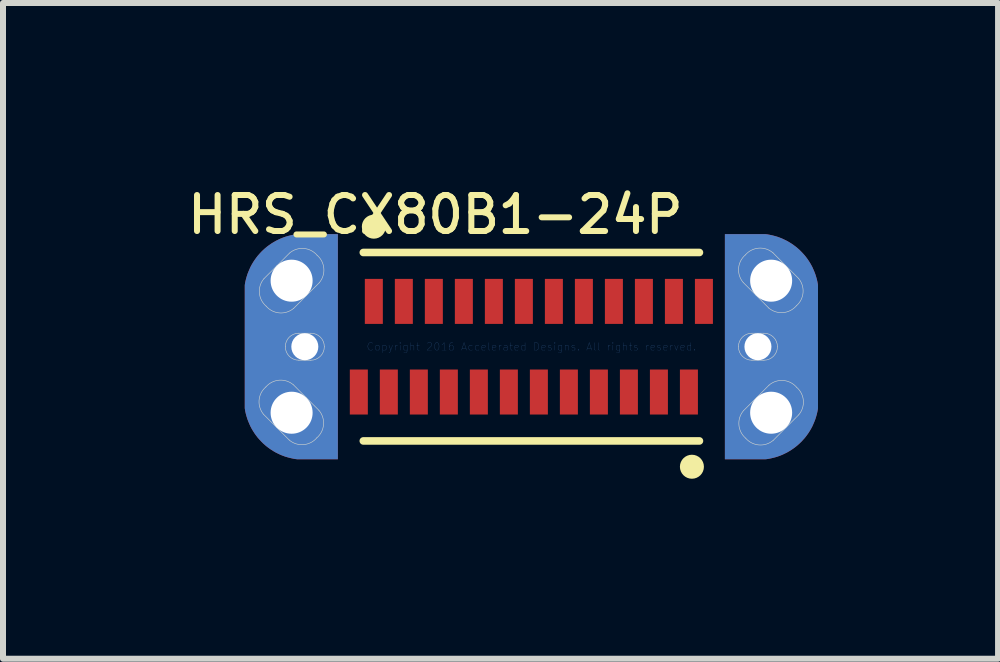
<source format=kicad_pcb>
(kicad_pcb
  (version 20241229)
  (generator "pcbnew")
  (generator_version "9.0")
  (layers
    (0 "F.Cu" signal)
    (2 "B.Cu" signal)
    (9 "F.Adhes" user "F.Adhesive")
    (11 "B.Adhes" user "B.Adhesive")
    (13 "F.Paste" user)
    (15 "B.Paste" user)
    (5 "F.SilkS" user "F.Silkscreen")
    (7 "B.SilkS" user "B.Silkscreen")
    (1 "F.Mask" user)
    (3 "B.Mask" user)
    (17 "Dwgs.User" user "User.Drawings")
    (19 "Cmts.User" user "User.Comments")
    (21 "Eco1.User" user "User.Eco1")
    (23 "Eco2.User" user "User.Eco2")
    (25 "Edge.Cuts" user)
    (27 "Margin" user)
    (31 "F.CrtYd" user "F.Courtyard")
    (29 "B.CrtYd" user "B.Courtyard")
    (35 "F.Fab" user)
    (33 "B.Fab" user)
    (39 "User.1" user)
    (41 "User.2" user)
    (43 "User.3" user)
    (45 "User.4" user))
  (footprint "HRS_CX80B1-24P"
    (layer "F.Cu")
    (at 5.804 2.727)
    (property "Reference" "HRS_CX80B1-24P" (at -1.6 -2.2 0) (layer "F.SilkS") (effects (font (size 0.6 0.6) (thickness 0.1))))
    (attr smd)
    (fp_line (start -2.8 -1.57) (end 2.8 -1.57) (stroke (width 0.127) (type solid)) (layer "F.SilkS"))
    (fp_line (start -2.8 1.57) (end 2.8 1.57) (stroke (width 0.127) (type solid)) (layer "F.SilkS"))
    (fp_circle (center -2.625 -2) (end -2.525 -2) (stroke (width 0.2) (type solid)) (fill no) (layer "F.SilkS"))
    (fp_circle (center 2.675 2) (end 2.775 2) (stroke (width 0.2) (type solid)) (fill no) (layer "F.SilkS"))
    (fp_circle (center -2.625 -2) (end -2.525 -2) (stroke (width 0.2) (type solid)) (fill no) (layer "Eco2.User"))
    (fp_circle (center 2.675 2) (end 2.775 2) (stroke (width 0.2) (type solid)) (fill no) (layer "Eco2.User"))
    (fp_line (start -4.455 -1.135) (end -4.242 -1.347) (stroke (width 0.01) (type solid)) (layer "Edge.Cuts"))
    (fp_line (start -4.247 1.342) (end -4.46 1.13) (stroke (width 0.01) (type solid)) (layer "Edge.Cuts"))
    (fp_line (start -4.242 -1.347) (end -4.03 -1.56) (stroke (width 0.01) (type solid)) (layer "Edge.Cuts"))
    (fp_line (start -4.035 1.555) (end -4.247 1.342) (stroke (width 0.01) (type solid)) (layer "Edge.Cuts"))
    (fp_line (start -3.965 0.635) (end -3.753 0.848) (stroke (width 0.01) (type solid)) (layer "Edge.Cuts"))
    (fp_line (start -3.875 -0.225) (end -3.675 -0.225) (stroke (width 0.01) (type solid)) (layer "Edge.Cuts"))
    (fp_line (start -3.753 0.848) (end -3.54 1.06) (stroke (width 0.01) (type solid)) (layer "Edge.Cuts"))
    (fp_line (start -3.748 -0.853) (end -3.96 -0.64) (stroke (width 0.01) (type solid)) (layer "Edge.Cuts"))
    (fp_line (start -3.675 0.225) (end -3.875 0.225) (stroke (width 0.01) (type solid)) (layer "Edge.Cuts"))
    (fp_line (start -3.535 -1.065) (end -3.748 -0.853) (stroke (width 0.01) (type solid)) (layer "Edge.Cuts"))
    (fp_line (start 3.535 1.065) (end 3.748 0.853) (stroke (width 0.01) (type solid)) (layer "Edge.Cuts"))
    (fp_line (start 3.675 -0.225) (end 3.875 -0.225) (stroke (width 0.01) (type solid)) (layer "Edge.Cuts"))
    (fp_line (start 3.743 -0.858) (end 3.53 -1.07) (stroke (width 0.01) (type solid)) (layer "Edge.Cuts"))
    (fp_line (start 3.748 0.853) (end 3.96 0.64) (stroke (width 0.01) (type solid)) (layer "Edge.Cuts"))
    (fp_line (start 3.875 0.225) (end 3.675 0.225) (stroke (width 0.01) (type solid)) (layer "Edge.Cuts"))
    (fp_line (start 3.955 -0.645) (end 3.743 -0.858) (stroke (width 0.01) (type solid)) (layer "Edge.Cuts"))
    (fp_line (start 4.025 -1.565) (end 4.237 -1.352) (stroke (width 0.01) (type solid)) (layer "Edge.Cuts"))
    (fp_line (start 4.237 -1.352) (end 4.45 -1.14) (stroke (width 0.01) (type solid)) (layer "Edge.Cuts"))
    (fp_line (start 4.242 1.347) (end 4.03 1.56) (stroke (width 0.01) (type solid)) (layer "Edge.Cuts"))
    (fp_line (start 4.455 1.135) (end 4.242 1.347) (stroke (width 0.01) (type solid)) (layer "Edge.Cuts"))
    (fp_arc (start -4.459791 1.13015) (mid -4.53712 0.893086) (end -4.42426 0.67073) (stroke (width 0.01) (type solid)) (layer "Edge.Cuts"))
    (fp_arc (start -4.42426 0.67073) (mid -4.201776 0.557867) (end -3.96465 0.63538) (stroke (width 0.01) (type solid)) (layer "Edge.Cuts"))
    (fp_arc (start -4.419257 -0.675733) (mid -4.532128 -0.898218) (end -4.45462 -1.13535) (stroke (width 0.01) (type solid)) (layer "Edge.Cuts"))
    (fp_arc (start -4.1 0) (mid -4.034099 -0.159099) (end -3.875 -0.225) (stroke (width 0.01) (type solid)) (layer "Edge.Cuts"))
    (fp_arc (start -4.03015 -1.559791) (mid -3.793086 -1.63712) (end -3.57073 -1.52426) (stroke (width 0.01) (type solid)) (layer "Edge.Cuts"))
    (fp_arc (start -3.959653 -0.640384) (mid -4.196776 -0.562873) (end -4.419257 -0.675733) (stroke (width 0.01) (type solid)) (layer "Edge.Cuts"))
    (fp_arc (start -3.875 0.225) (mid -4.034099 0.159099) (end -4.1 0) (stroke (width 0.01) (type solid)) (layer "Edge.Cuts"))
    (fp_arc (start -3.675 -0.225) (mid -3.515901 -0.159099) (end -3.45 0) (stroke (width 0.01) (type solid)) (layer "Edge.Cuts"))
    (fp_arc (start -3.575733 1.519257) (mid -3.798218 1.632128) (end -4.03535 1.55462) (stroke (width 0.01) (type solid)) (layer "Edge.Cuts"))
    (fp_arc (start -3.57073 -1.52426) (mid -3.457867 -1.301776) (end -3.53538 -1.06465) (stroke (width 0.01) (type solid)) (layer "Edge.Cuts"))
    (fp_arc (start -3.540384 1.059653) (mid -3.462873 1.296776) (end -3.575733 1.519257) (stroke (width 0.01) (type solid)) (layer "Edge.Cuts"))
    (fp_arc (start -3.45 0) (mid -3.515901 0.159099) (end -3.675 0.225) (stroke (width 0.01) (type solid)) (layer "Edge.Cuts"))
    (fp_arc (start 3.45 0) (mid 3.515901 -0.159099) (end 3.675 -0.225) (stroke (width 0.01) (type solid)) (layer "Edge.Cuts"))
    (fp_arc (start 3.530209 -1.06985) (mid 3.45288 -1.306914) (end 3.56574 -1.52927) (stroke (width 0.01) (type solid)) (layer "Edge.Cuts"))
    (fp_arc (start 3.56574 -1.52927) (mid 3.788224 -1.642133) (end 4.02535 -1.56462) (stroke (width 0.01) (type solid)) (layer "Edge.Cuts"))
    (fp_arc (start 3.57073 1.52426) (mid 3.457867 1.301776) (end 3.53538 1.06465) (stroke (width 0.01) (type solid)) (layer "Edge.Cuts"))
    (fp_arc (start 3.675 0.225) (mid 3.515901 0.159099) (end 3.45 0) (stroke (width 0.01) (type solid)) (layer "Edge.Cuts"))
    (fp_arc (start 3.875 -0.225) (mid 4.034099 -0.159099) (end 4.1 0) (stroke (width 0.01) (type solid)) (layer "Edge.Cuts"))
    (fp_arc (start 3.959653 0.640384) (mid 4.196776 0.562873) (end 4.419257 0.675733) (stroke (width 0.01) (type solid)) (layer "Edge.Cuts"))
    (fp_arc (start 4.03015 1.559791) (mid 3.793086 1.63712) (end 3.57073 1.52426) (stroke (width 0.01) (type solid)) (layer "Edge.Cuts"))
    (fp_arc (start 4.1 0) (mid 4.034099 0.159099) (end 3.875 0.225) (stroke (width 0.01) (type solid)) (layer "Edge.Cuts"))
    (fp_arc (start 4.414267 -0.680743) (mid 4.191782 -0.567872) (end 3.95465 -0.64538) (stroke (width 0.01) (type solid)) (layer "Edge.Cuts"))
    (fp_arc (start 4.419257 0.675733) (mid 4.532128 0.898218) (end 4.45462 1.13535) (stroke (width 0.01) (type solid)) (layer "Edge.Cuts"))
    (fp_arc (start 4.449616 -1.140347) (mid 4.527127 -0.903224) (end 4.414267 -0.680743) (stroke (width 0.01) (type solid)) (layer "Edge.Cuts"))
    (fp_text user "Copyright 2016 Accelerated Designs. All rights reserved." (at 0 0 0) (layer "Cmts.User") (effects (font (size 0.127 0.127) (thickness 0.002))))
    (pad "A1" smd rect (at -2.625 -0.755) (size 0.3 0.75) (layers "F.Cu" "F.Mask" "F.Paste"))
    (pad "A2" smd rect (at -2.125 -0.755) (size 0.3 0.75) (layers "F.Cu" "F.Mask" "F.Paste"))
    (pad "A3" smd rect (at -1.625 -0.755) (size 0.3 0.75) (layers "F.Cu" "F.Mask" "F.Paste"))
    (pad "A4" smd rect (at -1.125 -0.755) (size 0.3 0.75) (layers "F.Cu" "F.Mask" "F.Paste"))
    (pad "A5" smd rect (at -0.625 -0.755) (size 0.3 0.75) (layers "F.Cu" "F.Mask" "F.Paste"))
    (pad "A6" smd rect (at -0.125 -0.755) (size 0.3 0.75) (layers "F.Cu" "F.Mask" "F.Paste"))
    (pad "A7" smd rect (at 0.375 -0.755) (size 0.3 0.75) (layers "F.Cu" "F.Mask" "F.Paste"))
    (pad "A8" smd rect (at 0.875 -0.755) (size 0.3 0.75) (layers "F.Cu" "F.Mask" "F.Paste"))
    (pad "A9" smd rect (at 1.375 -0.755) (size 0.3 0.75) (layers "F.Cu" "F.Mask" "F.Paste"))
    (pad "A10" smd rect (at 1.875 -0.755) (size 0.3 0.75) (layers "F.Cu" "F.Mask" "F.Paste"))
    (pad "A11" smd rect (at 2.375 -0.755) (size 0.3 0.75) (layers "F.Cu" "F.Mask" "F.Paste"))
    (pad "A12" smd rect (at 2.875 -0.755) (size 0.3 0.75) (layers "F.Cu" "F.Mask" "F.Paste"))
    (pad "B1" smd rect (at 2.625 0.755) (size 0.3 0.75) (layers "F.Cu" "F.Mask" "F.Paste"))
    (pad "B2" smd rect (at 2.125 0.755) (size 0.3 0.75) (layers "F.Cu" "F.Mask" "F.Paste"))
    (pad "B3" smd rect (at 1.625 0.755) (size 0.3 0.75) (layers "F.Cu" "F.Mask" "F.Paste"))
    (pad "B4" smd rect (at 1.125 0.755) (size 0.3 0.75) (layers "F.Cu" "F.Mask" "F.Paste"))
    (pad "B5" smd rect (at 0.625 0.755) (size 0.3 0.75) (layers "F.Cu" "F.Mask" "F.Paste"))
    (pad "B6" smd rect (at 0.125 0.755) (size 0.3 0.75) (layers "F.Cu" "F.Mask" "F.Paste"))
    (pad "B7" smd rect (at -0.375 0.755) (size 0.3 0.75) (layers "F.Cu" "F.Mask" "F.Paste"))
    (pad "B8" smd rect (at -0.875 0.755) (size 0.3 0.75) (layers "F.Cu" "F.Mask" "F.Paste"))
    (pad "B9" smd rect (at -1.375 0.755) (size 0.3 0.75) (layers "F.Cu" "F.Mask" "F.Paste"))
    (pad "B10" smd rect (at -1.875 0.755) (size 0.3 0.75) (layers "F.Cu" "F.Mask" "F.Paste"))
    (pad "B11" smd rect (at -2.375 0.755) (size 0.3 0.75) (layers "F.Cu" "F.Mask" "F.Paste"))
    (pad "B12" smd rect (at -2.875 0.755) (size 0.3 0.75) (layers "F.Cu" "F.Mask" "F.Paste"))
    (pad "S1" thru_hole oval (at -3.995 1.1 135) (size 1.4 0.7) (drill 0.7) (layers "*.Cu" "*.Mask"))
    (pad "S2" thru_hole oval (at 3.995 -1.1 135) (size 1.4 0.7) (drill 0.7) (layers "*.Cu" "*.Mask"))
    (pad "S3" thru_hole oval (at -3.995 -1.1 45) (size 1.4 0.7) (drill 0.7) (layers "*.Cu" "*.Mask"))
    (pad "S4" thru_hole oval (at 3.995 1.1 225) (size 1.4 0.7) (drill 0.7) (layers "*.Cu" "*.Mask"))
    (pad "S5" thru_hole custom (at -3.775 0) (size 1 1) (drill 0.45) (layers "*.Cu" "*.Mask") (options (anchor circle)) (primitives (gr_poly (pts (xy 0.55 -1.875) (xy 0.55 1.875) (xy -0.125 1.875) (xy -0.152 1.872) (xy -0.196 1.864) (xy -0.238 1.855) (xy -0.281 1.844) (xy -0.322 1.832) (xy -0.364 1.817) (xy -0.404 1.801) (xy -0.444 1.782) (xy -0.483 1.763) (xy -0.521 1.741) (xy -0.558 1.718) (xy -0.594 1.693) (xy -0.629 1.667) (xy -0.663 1.639) (xy -0.695 1.61) (xy -0.726 1.579) (xy -0.756 1.547) (xy -0.785 1.514) (xy -0.812 1.479) (xy -0.837 1.444) (xy -0.861 1.407) (xy -0.883 1.37) (xy -0.904 1.331) (xy -0.922 1.291) (xy -0.939 1.251) (xy -0.955 1.21) (xy -0.968 1.169) (xy -0.98 1.127) (xy -0.99 1.084) (xy -0.998 1.041) (xy -1 1.025) (xy -1 -1.025) (xy -0.998 -1.041) (xy -0.99 -1.084) (xy -0.98 -1.127) (xy -0.968 -1.169) (xy -0.955 -1.21) (xy -0.939 -1.251) (xy -0.922 -1.291) (xy -0.904 -1.331) (xy -0.883 -1.37) (xy -0.861 -1.407) (xy -0.837 -1.444) (xy -0.812 -1.479) (xy -0.785 -1.514) (xy -0.756 -1.547) (xy -0.727 -1.579) (xy -0.695 -1.61) (xy -0.663 -1.639) (xy -0.629 -1.667) (xy -0.594 -1.693) (xy -0.558 -1.718) (xy -0.521 -1.741) (xy -0.483 -1.763) (xy -0.444 -1.782) (xy -0.404 -1.801) (xy -0.364 -1.817) (xy -0.322 -1.832) (xy -0.281 -1.844) (xy -0.238 -1.855) (xy -0.196 -1.864) (xy -0.152 -1.872) (xy -0.125 -1.875)) (width 0.001) (fill yes)) (gr_poly (pts (xy 0.55 -1.875) (xy 0.55 1.875) (xy -0.125 1.875) (xy -0.152 1.872) (xy -0.196 1.864) (xy -0.238 1.855) (xy -0.281 1.844) (xy -0.322 1.832) (xy -0.364 1.817) (xy -0.404 1.801) (xy -0.444 1.782) (xy -0.483 1.763) (xy -0.521 1.741) (xy -0.558 1.718) (xy -0.594 1.693) (xy -0.629 1.667) (xy -0.663 1.639) (xy -0.695 1.61) (xy -0.726 1.579) (xy -0.756 1.547) (xy -0.785 1.514) (xy -0.812 1.479) (xy -0.837 1.444) (xy -0.861 1.407) (xy -0.883 1.37) (xy -0.904 1.331) (xy -0.922 1.291) (xy -0.939 1.251) (xy -0.955 1.21) (xy -0.968 1.169) (xy -0.98 1.127) (xy -0.99 1.084) (xy -0.998 1.041) (xy -1 1.025) (xy -1 -1.025) (xy -0.998 -1.041) (xy -0.99 -1.084) (xy -0.98 -1.127) (xy -0.968 -1.169) (xy -0.955 -1.21) (xy -0.939 -1.251) (xy -0.922 -1.291) (xy -0.904 -1.331) (xy -0.883 -1.37) (xy -0.861 -1.407) (xy -0.837 -1.444) (xy -0.812 -1.479) (xy -0.785 -1.514) (xy -0.756 -1.547) (xy -0.727 -1.579) (xy -0.695 -1.61) (xy -0.663 -1.639) (xy -0.629 -1.667) (xy -0.594 -1.693) (xy -0.558 -1.718) (xy -0.521 -1.741) (xy -0.483 -1.763) (xy -0.444 -1.782) (xy -0.404 -1.801) (xy -0.364 -1.817) (xy -0.322 -1.832) (xy -0.281 -1.844) (xy -0.238 -1.855) (xy -0.196 -1.864) (xy -0.152 -1.872) (xy -0.125 -1.875)) (width 0.001) (fill yes))))
    (pad "S6" thru_hole custom (at 3.775 0) (size 1 1) (drill 0.45) (layers "*.Cu" "*.Mask") (options (anchor circle)) (primitives (gr_poly (pts (xy -0.55 1.875) (xy -0.55 -1.875) (xy 0.125 -1.875) (xy 0.152 -1.872) (xy 0.196 -1.864) (xy 0.238 -1.855) (xy 0.281 -1.844) (xy 0.322 -1.832) (xy 0.364 -1.817) (xy 0.404 -1.801) (xy 0.444 -1.782) (xy 0.483 -1.763) (xy 0.521 -1.741) (xy 0.558 -1.718) (xy 0.594 -1.693) (xy 0.629 -1.667) (xy 0.663 -1.639) (xy 0.695 -1.61) (xy 0.726 -1.579) (xy 0.756 -1.547) (xy 0.785 -1.514) (xy 0.812 -1.479) (xy 0.837 -1.444) (xy 0.861 -1.407) (xy 0.883 -1.37) (xy 0.904 -1.331) (xy 0.922 -1.291) (xy 0.939 -1.251) (xy 0.955 -1.21) (xy 0.968 -1.169) (xy 0.98 -1.127) (xy 0.99 -1.084) (xy 0.998 -1.041) (xy 1 -1.025) (xy 1 1.025) (xy 0.998 1.041) (xy 0.99 1.084) (xy 0.98 1.127) (xy 0.968 1.169) (xy 0.955 1.21) (xy 0.939 1.251) (xy 0.922 1.291) (xy 0.904 1.331) (xy 0.883 1.37) (xy 0.861 1.407) (xy 0.837 1.444) (xy 0.812 1.479) (xy 0.785 1.514) (xy 0.756 1.547) (xy 0.727 1.579) (xy 0.695 1.61) (xy 0.663 1.639) (xy 0.629 1.667) (xy 0.594 1.693) (xy 0.558 1.718) (xy 0.521 1.741) (xy 0.483 1.763) (xy 0.444 1.782) (xy 0.404 1.801) (xy 0.364 1.817) (xy 0.322 1.832) (xy 0.281 1.844) (xy 0.238 1.855) (xy 0.196 1.864) (xy 0.152 1.872) (xy 0.125 1.875)) (width 0.001) (fill yes)) (gr_poly (pts (xy -0.55 1.875) (xy -0.55 -1.875) (xy 0.125 -1.875) (xy 0.152 -1.872) (xy 0.196 -1.864) (xy 0.238 -1.855) (xy 0.281 -1.844) (xy 0.322 -1.832) (xy 0.364 -1.817) (xy 0.404 -1.801) (xy 0.444 -1.782) (xy 0.483 -1.763) (xy 0.521 -1.741) (xy 0.558 -1.718) (xy 0.594 -1.693) (xy 0.629 -1.667) (xy 0.663 -1.639) (xy 0.695 -1.61) (xy 0.726 -1.579) (xy 0.756 -1.547) (xy 0.785 -1.514) (xy 0.812 -1.479) (xy 0.837 -1.444) (xy 0.861 -1.407) (xy 0.883 -1.37) (xy 0.904 -1.331) (xy 0.922 -1.291) (xy 0.939 -1.251) (xy 0.955 -1.21) (xy 0.968 -1.169) (xy 0.98 -1.127) (xy 0.99 -1.084) (xy 0.998 -1.041) (xy 1 -1.025) (xy 1 1.025) (xy 0.998 1.041) (xy 0.99 1.084) (xy 0.98 1.127) (xy 0.968 1.169) (xy 0.955 1.21) (xy 0.939 1.251) (xy 0.922 1.291) (xy 0.904 1.331) (xy 0.883 1.37) (xy 0.861 1.407) (xy 0.837 1.444) (xy 0.812 1.479) (xy 0.785 1.514) (xy 0.756 1.547) (xy 0.727 1.579) (xy 0.695 1.61) (xy 0.663 1.639) (xy 0.629 1.667) (xy 0.594 1.693) (xy 0.558 1.718) (xy 0.521 1.741) (xy 0.483 1.763) (xy 0.444 1.782) (xy 0.404 1.801) (xy 0.364 1.817) (xy 0.322 1.832) (xy 0.281 1.844) (xy 0.238 1.855) (xy 0.196 1.864) (xy 0.152 1.872) (xy 0.125 1.875)) (width 0.001) (fill yes)))))
  (gr_rect
    (start -3 -3)
    (end 13.58 7.926)
    (stroke (width 0.1) (type default))
    (fill no)
    (layer "Edge.Cuts")))
</source>
